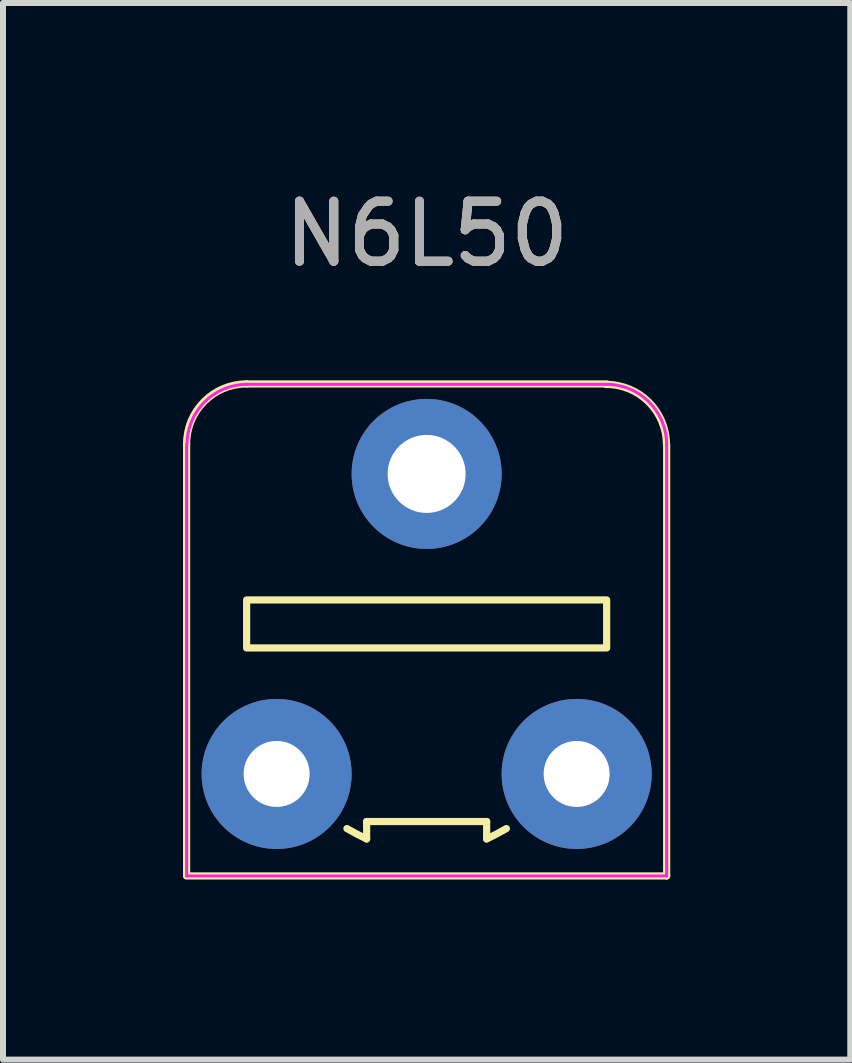
<source format=kicad_pcb>
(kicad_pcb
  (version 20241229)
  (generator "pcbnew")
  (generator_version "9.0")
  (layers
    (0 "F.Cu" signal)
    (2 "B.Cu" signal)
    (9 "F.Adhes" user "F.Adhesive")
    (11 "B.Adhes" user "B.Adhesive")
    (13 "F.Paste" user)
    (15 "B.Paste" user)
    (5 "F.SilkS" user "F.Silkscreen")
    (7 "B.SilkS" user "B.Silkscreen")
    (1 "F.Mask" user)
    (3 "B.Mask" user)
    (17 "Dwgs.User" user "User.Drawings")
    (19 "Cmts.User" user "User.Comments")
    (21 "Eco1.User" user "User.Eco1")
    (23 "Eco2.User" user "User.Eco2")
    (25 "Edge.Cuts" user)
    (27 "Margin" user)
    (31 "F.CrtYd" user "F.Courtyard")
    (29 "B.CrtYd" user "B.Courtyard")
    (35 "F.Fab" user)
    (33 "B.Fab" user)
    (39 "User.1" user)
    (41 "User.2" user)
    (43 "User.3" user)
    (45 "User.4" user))
  (footprint "N6L50"
    (layer "F.Cu")
    (at 4.06 7.348)
    (property "Reference" "N6L50" (at 0 -6.5 0) (unlocked yes) (layer "F.SilkS") (effects (font (size 1 1) (thickness 0.15))))
    (attr through_hole)
    (fp_line (start -4 -3) (end -4 4.193) (stroke (width 0.12) (type default)) (layer "F.SilkS"))
    (fp_line (start -1 3.293) (end 1 3.293) (stroke (width 0.12) (type default)) (layer "F.SilkS"))
    (fp_line (start -1 3.583) (end -1 3.293) (stroke (width 0.12) (type default)) (layer "F.SilkS"))
    (fp_line (start 1 3.583) (end 1 3.293) (stroke (width 0.12) (type default)) (layer "F.SilkS"))
    (fp_line (start 3 -4) (end -3 -4) (stroke (width 0.12) (type default)) (layer "F.SilkS"))
    (fp_line (start 4 4.2) (end -4 4.2) (stroke (width 0.12) (type default)) (layer "F.SilkS"))
    (fp_line (start 4 4.2) (end 4 -2.993) (stroke (width 0.12) (type default)) (layer "F.SilkS"))
    (fp_rect (start -3 -0.4) (end 3 0.4) (stroke (width 0.12) (type default)) (fill no) (layer "F.SilkS"))
    (fp_arc (start -4 -3) (mid -3.707107 -3.707107) (end -3 -4) (stroke (width 0.12) (type default)) (layer "F.SilkS"))
    (fp_arc (start -1 3.583265) (mid -1.165839 3.500001) (end -1.328287 3.410303) (stroke (width 0.12) (type default)) (layer "F.SilkS"))
    (fp_arc (start 1.328287 3.410303) (mid 1.165838 3.5) (end 1 3.583265) (stroke (width 0.12) (type default)) (layer "F.SilkS"))
    (fp_arc (start 2.989334 -3.991417) (mid 3.7 -3.7) (end 3.996443 -2.991417) (stroke (width 0.12) (type default)) (layer "F.SilkS"))
    (fp_line (start -4 4.2) (end -4 -2.993) (stroke (width 0.05) (type default)) (layer "F.CrtYd"))
    (fp_line (start 2.993 -3.993) (end -3.007 -3.993) (stroke (width 0.05) (type default)) (layer "F.CrtYd"))
    (fp_line (start 4 4.2) (end -4 4.2) (stroke (width 0.05) (type default)) (layer "F.CrtYd"))
    (fp_line (start 4 4.2) (end 4 -2.993) (stroke (width 0.05) (type default)) (layer "F.CrtYd"))
    (fp_arc (start -3.992893 -2.992893) (mid -3.7 -3.7) (end -2.992893 -3.992893) (stroke (width 0.05) (type default)) (layer "F.CrtYd"))
    (fp_arc (start 2.992891 -3.992891) (mid 3.703557 -3.701474) (end 4 -2.992891) (stroke (width 0.05) (type default)) (layer "F.CrtYd"))
    (fp_text user "${REFERENCE}" (at 0 -6.5 0) (unlocked yes) (layer "F.Fab") (effects (font (size 1 1) (thickness 0.15))))
    (pad "1" thru_hole circle (at -2.5 2.5) (size 2.5 2.5) (drill 1.1) (layers "*.Cu" "*.Mask"))
    (pad "2" thru_hole circle (at 0 -2.5) (size 2.5 2.5) (drill 1.3) (layers "*.Cu" "*.Mask"))
    (pad "3" thru_hole circle (at 2.5 2.5) (size 2.5 2.5) (drill 1.1) (layers "*.Cu" "*.Mask")))
  (gr_rect
    (start -3 -3)
    (end 11.12 14.608)
    (stroke (width 0.1) (type default))
    (fill no)
    (layer "Edge.Cuts")))
</source>
